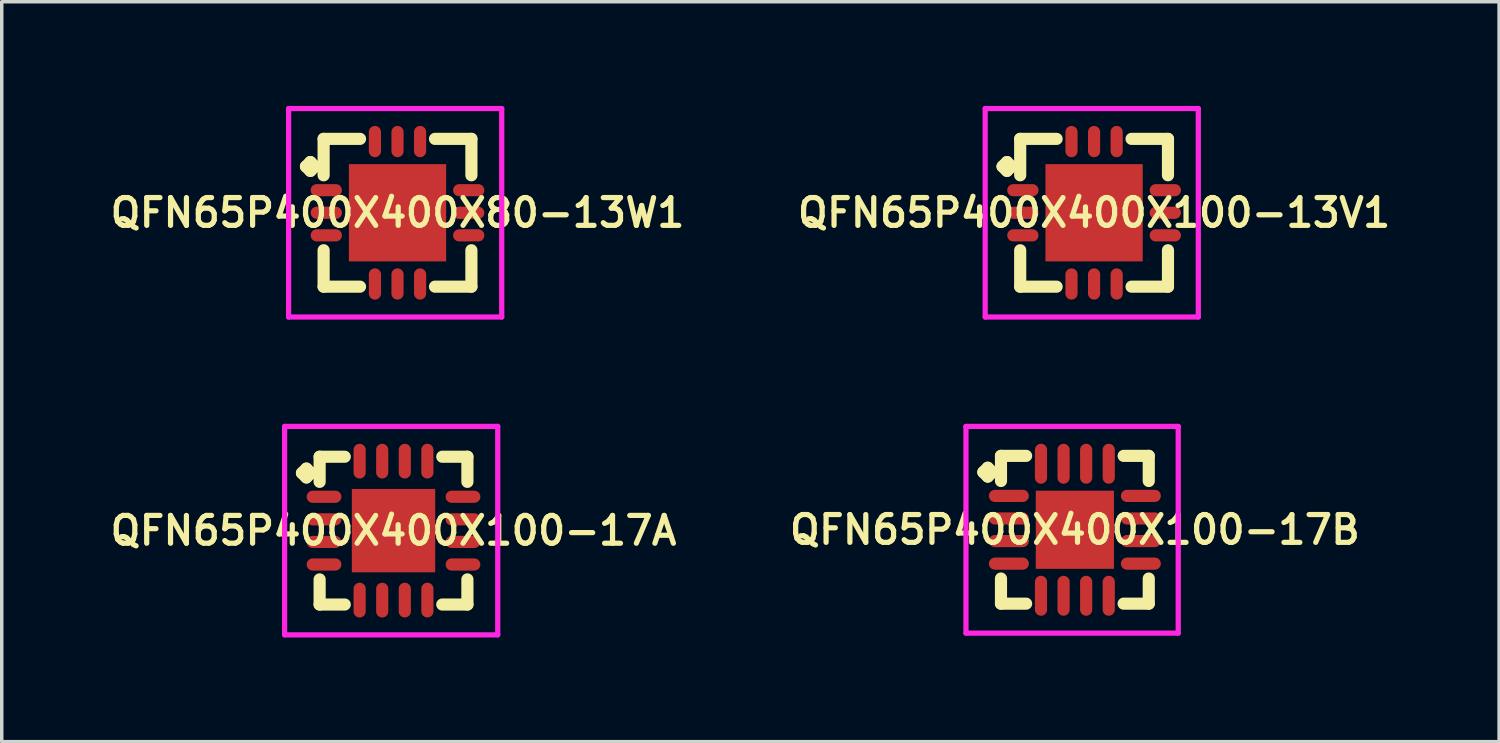
<source format=kicad_pcb>
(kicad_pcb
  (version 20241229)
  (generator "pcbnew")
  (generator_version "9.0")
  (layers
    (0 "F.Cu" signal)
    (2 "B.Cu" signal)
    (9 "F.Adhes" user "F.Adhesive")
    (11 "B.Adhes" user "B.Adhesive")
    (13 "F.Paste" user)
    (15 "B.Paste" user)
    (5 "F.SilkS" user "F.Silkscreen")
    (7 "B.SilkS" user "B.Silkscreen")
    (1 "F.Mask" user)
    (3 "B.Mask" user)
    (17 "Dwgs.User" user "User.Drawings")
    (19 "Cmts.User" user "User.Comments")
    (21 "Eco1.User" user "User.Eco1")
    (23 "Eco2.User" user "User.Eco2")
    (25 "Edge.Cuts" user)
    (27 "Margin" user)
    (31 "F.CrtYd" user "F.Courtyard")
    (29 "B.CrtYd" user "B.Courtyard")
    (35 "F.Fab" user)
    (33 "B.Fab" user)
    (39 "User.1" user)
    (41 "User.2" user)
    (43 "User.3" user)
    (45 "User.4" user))
  (footprint "QFN65P400X400X100-17B"
    (layer "F.Cu")
    (at 27.892 12.2)
    (property "Reference" "QFN65P400X400X100-17B" (at 0 0 0) (layer "F.SilkS") (effects (font (size 0.8 0.8) (thickness 0.15))))
    (attr smd)
    (fp_line (start -2.635 -1.658) (end -2.508 -1.785) (stroke (width 0.35) (type solid)) (layer "F.SilkS"))
    (fp_line (start -2.508 -1.785) (end -2.381 -1.658) (stroke (width 0.35) (type solid)) (layer "F.SilkS"))
    (fp_line (start -2.508 -1.531) (end -2.635 -1.658) (stroke (width 0.35) (type solid)) (layer "F.SilkS"))
    (fp_line (start -2.381 -1.658) (end -2.508 -1.531) (stroke (width 0.35) (type solid)) (layer "F.SilkS"))
    (fp_line (start -2.127 -2.127) (end -1.404 -2.127) (stroke (width 0.35) (type solid)) (layer "F.SilkS"))
    (fp_line (start -2.127 -1.404) (end -2.127 -2.127) (stroke (width 0.35) (type solid)) (layer "F.SilkS"))
    (fp_line (start -2.127 1.404) (end -2.127 2.127) (stroke (width 0.35) (type solid)) (layer "F.SilkS"))
    (fp_line (start -2.127 2.127) (end -1.404 2.127) (stroke (width 0.35) (type solid)) (layer "F.SilkS"))
    (fp_line (start 1.404 -2.127) (end 2.127 -2.127) (stroke (width 0.35) (type solid)) (layer "F.SilkS"))
    (fp_line (start 1.404 2.127) (end 2.127 2.127) (stroke (width 0.35) (type solid)) (layer "F.SilkS"))
    (fp_line (start 2.127 -2.127) (end 2.127 -1.404) (stroke (width 0.35) (type solid)) (layer "F.SilkS"))
    (fp_line (start 2.127 2.127) (end 2.127 1.404) (stroke (width 0.35) (type solid)) (layer "F.SilkS"))
    (fp_line (start -3.135 -2.975) (end 2.975 -2.975) (stroke (width 0.15) (type solid)) (layer "F.CrtYd"))
    (fp_line (start -3.135 2.975) (end -3.135 -2.975) (stroke (width 0.15) (type solid)) (layer "F.CrtYd"))
    (fp_line (start 2.975 -2.975) (end 2.975 2.975) (stroke (width 0.15) (type solid)) (layer "F.CrtYd"))
    (fp_line (start 2.975 2.975) (end -3.135 2.975) (stroke (width 0.15) (type solid)) (layer "F.CrtYd"))
    (pad "1" smd oval (at -1.9 -0.975) (size 1.15 0.35) (layers "F.Cu" "F.Mask" "F.Paste"))
    (pad "2" smd oval (at -1.9 -0.325) (size 1.15 0.35) (layers "F.Cu" "F.Mask" "F.Paste"))
    (pad "3" smd oval (at -1.9 0.325) (size 1.15 0.35) (layers "F.Cu" "F.Mask" "F.Paste"))
    (pad "4" smd oval (at -1.9 0.975) (size 1.15 0.35) (layers "F.Cu" "F.Mask" "F.Paste"))
    (pad "5" smd oval (at -0.975 1.9) (size 0.35 1.15) (layers "F.Cu" "F.Mask" "F.Paste"))
    (pad "6" smd oval (at -0.325 1.9) (size 0.35 1.15) (layers "F.Cu" "F.Mask" "F.Paste"))
    (pad "7" smd oval (at 0.325 1.9) (size 0.35 1.15) (layers "F.Cu" "F.Mask" "F.Paste"))
    (pad "8" smd oval (at 0.975 1.9) (size 0.35 1.15) (layers "F.Cu" "F.Mask" "F.Paste"))
    (pad "9" smd oval (at 1.9 0.975) (size 1.15 0.35) (layers "F.Cu" "F.Mask" "F.Paste"))
    (pad "10" smd oval (at 1.9 0.325) (size 1.15 0.35) (layers "F.Cu" "F.Mask" "F.Paste"))
    (pad "11" smd oval (at 1.9 -0.325) (size 1.15 0.35) (layers "F.Cu" "F.Mask" "F.Paste"))
    (pad "12" smd oval (at 1.9 -0.975) (size 1.15 0.35) (layers "F.Cu" "F.Mask" "F.Paste"))
    (pad "13" smd oval (at 0.975 -1.9) (size 0.35 1.15) (layers "F.Cu" "F.Mask" "F.Paste"))
    (pad "14" smd oval (at 0.325 -1.9) (size 0.35 1.15) (layers "F.Cu" "F.Mask" "F.Paste"))
    (pad "15" smd oval (at -0.325 -1.9) (size 0.35 1.15) (layers "F.Cu" "F.Mask" "F.Paste"))
    (pad "16" smd oval (at -0.975 -1.9) (size 0.35 1.15) (layers "F.Cu" "F.Mask" "F.Paste"))
    (pad "17" smd rect (at 0 0) (size 2.25 2.25) (layers "F.Cu" "F.Mask" "F.Paste")))
  (footprint "QFN65P400X400X100-13V1"
    (layer "F.Cu")
    (at 28.445 3.075)
    (property "Reference" "QFN65P400X400X100-13V1" (at 0 0 0) (layer "F.SilkS") (effects (font (size 0.8 0.8) (thickness 0.15))))
    (attr smd)
    (fp_line (start -2.635 -1.333) (end -2.508 -1.46) (stroke (width 0.35) (type solid)) (layer "F.SilkS"))
    (fp_line (start -2.508 -1.46) (end -2.381 -1.333) (stroke (width 0.35) (type solid)) (layer "F.SilkS"))
    (fp_line (start -2.508 -1.206) (end -2.635 -1.333) (stroke (width 0.35) (type solid)) (layer "F.SilkS"))
    (fp_line (start -2.381 -1.333) (end -2.508 -1.206) (stroke (width 0.35) (type solid)) (layer "F.SilkS"))
    (fp_line (start -2.127 -2.127) (end -1.079 -2.127) (stroke (width 0.35) (type solid)) (layer "F.SilkS"))
    (fp_line (start -2.127 -1.079) (end -2.127 -2.127) (stroke (width 0.35) (type solid)) (layer "F.SilkS"))
    (fp_line (start -2.127 1.079) (end -2.127 2.127) (stroke (width 0.35) (type solid)) (layer "F.SilkS"))
    (fp_line (start -2.127 2.127) (end -1.079 2.127) (stroke (width 0.35) (type solid)) (layer "F.SilkS"))
    (fp_line (start 1.079 -2.127) (end 2.127 -2.127) (stroke (width 0.35) (type solid)) (layer "F.SilkS"))
    (fp_line (start 1.079 2.127) (end 2.127 2.127) (stroke (width 0.35) (type solid)) (layer "F.SilkS"))
    (fp_line (start 2.127 -2.127) (end 2.127 -1.079) (stroke (width 0.35) (type solid)) (layer "F.SilkS"))
    (fp_line (start 2.127 2.127) (end 2.127 1.079) (stroke (width 0.35) (type solid)) (layer "F.SilkS"))
    (fp_line (start -3.135 -3) (end 3 -3) (stroke (width 0.15) (type solid)) (layer "F.CrtYd"))
    (fp_line (start -3.135 3) (end -3.135 -3) (stroke (width 0.15) (type solid)) (layer "F.CrtYd"))
    (fp_line (start 3 -3) (end 3 3) (stroke (width 0.15) (type solid)) (layer "F.CrtYd"))
    (fp_line (start 3 3) (end -3.135 3) (stroke (width 0.15) (type solid)) (layer "F.CrtYd"))
    (pad "1" smd oval (at -2.05 -0.65) (size 0.9 0.35) (layers "F.Cu" "F.Mask" "F.Paste"))
    (pad "2" smd oval (at -2.05 0) (size 0.9 0.35) (layers "F.Cu" "F.Mask" "F.Paste"))
    (pad "3" smd oval (at -2.05 0.65) (size 0.9 0.35) (layers "F.Cu" "F.Mask" "F.Paste"))
    (pad "4" smd oval (at -0.65 2.05) (size 0.35 0.9) (layers "F.Cu" "F.Mask" "F.Paste"))
    (pad "5" smd oval (at 0 2.05) (size 0.35 0.9) (layers "F.Cu" "F.Mask" "F.Paste"))
    (pad "6" smd oval (at 0.65 2.05) (size 0.35 0.9) (layers "F.Cu" "F.Mask" "F.Paste"))
    (pad "7" smd oval (at 2.05 0.65) (size 0.9 0.35) (layers "F.Cu" "F.Mask" "F.Paste"))
    (pad "8" smd oval (at 2.05 0) (size 0.9 0.35) (layers "F.Cu" "F.Mask" "F.Paste"))
    (pad "9" smd oval (at 2.05 -0.65) (size 0.9 0.35) (layers "F.Cu" "F.Mask" "F.Paste"))
    (pad "10" smd oval (at 0.65 -2.05) (size 0.35 0.9) (layers "F.Cu" "F.Mask" "F.Paste"))
    (pad "11" smd oval (at 0 -2.05) (size 0.35 0.9) (layers "F.Cu" "F.Mask" "F.Paste"))
    (pad "12" smd oval (at -0.65 -2.05) (size 0.35 0.9) (layers "F.Cu" "F.Mask" "F.Paste"))
    (pad "13" smd rect (at 0 0) (size 2.8 2.8) (layers "F.Cu" "F.Mask" "F.Paste")))
  (footprint "QFN65P400X400X80-13W1"
    (layer "F.Cu")
    (at 8.393 3.075)
    (property "Reference" "QFN65P400X400X80-13W1" (at 0 0 0) (layer "F.SilkS") (effects (font (size 0.8 0.8) (thickness 0.15))))
    (attr smd)
    (fp_line (start -2.635 -1.333) (end -2.508 -1.46) (stroke (width 0.35) (type solid)) (layer "F.SilkS"))
    (fp_line (start -2.508 -1.46) (end -2.381 -1.333) (stroke (width 0.35) (type solid)) (layer "F.SilkS"))
    (fp_line (start -2.508 -1.206) (end -2.635 -1.333) (stroke (width 0.35) (type solid)) (layer "F.SilkS"))
    (fp_line (start -2.381 -1.333) (end -2.508 -1.206) (stroke (width 0.35) (type solid)) (layer "F.SilkS"))
    (fp_line (start -2.127 -2.127) (end -1.079 -2.127) (stroke (width 0.35) (type solid)) (layer "F.SilkS"))
    (fp_line (start -2.127 -1.079) (end -2.127 -2.127) (stroke (width 0.35) (type solid)) (layer "F.SilkS"))
    (fp_line (start -2.127 1.079) (end -2.127 2.127) (stroke (width 0.35) (type solid)) (layer "F.SilkS"))
    (fp_line (start -2.127 2.127) (end -1.079 2.127) (stroke (width 0.35) (type solid)) (layer "F.SilkS"))
    (fp_line (start 1.079 -2.127) (end 2.127 -2.127) (stroke (width 0.35) (type solid)) (layer "F.SilkS"))
    (fp_line (start 1.079 2.127) (end 2.127 2.127) (stroke (width 0.35) (type solid)) (layer "F.SilkS"))
    (fp_line (start 2.127 -2.127) (end 2.127 -1.079) (stroke (width 0.35) (type solid)) (layer "F.SilkS"))
    (fp_line (start 2.127 2.127) (end 2.127 1.079) (stroke (width 0.35) (type solid)) (layer "F.SilkS"))
    (fp_line (start -3.135 -3) (end 3 -3) (stroke (width 0.15) (type solid)) (layer "F.CrtYd"))
    (fp_line (start -3.135 3) (end -3.135 -3) (stroke (width 0.15) (type solid)) (layer "F.CrtYd"))
    (fp_line (start 3 -3) (end 3 3) (stroke (width 0.15) (type solid)) (layer "F.CrtYd"))
    (fp_line (start 3 3) (end -3.135 3) (stroke (width 0.15) (type solid)) (layer "F.CrtYd"))
    (pad "1" smd oval (at -2.05 -0.65) (size 0.9 0.35) (layers "F.Cu" "F.Mask" "F.Paste"))
    (pad "2" smd oval (at -2.05 0) (size 0.9 0.35) (layers "F.Cu" "F.Mask" "F.Paste"))
    (pad "3" smd oval (at -2.05 0.65) (size 0.9 0.35) (layers "F.Cu" "F.Mask" "F.Paste"))
    (pad "4" smd oval (at -0.65 2.05) (size 0.35 0.9) (layers "F.Cu" "F.Mask" "F.Paste"))
    (pad "5" smd oval (at 0 2.05) (size 0.35 0.9) (layers "F.Cu" "F.Mask" "F.Paste"))
    (pad "6" smd oval (at 0.65 2.05) (size 0.35 0.9) (layers "F.Cu" "F.Mask" "F.Paste"))
    (pad "7" smd oval (at 2.05 0.65) (size 0.9 0.35) (layers "F.Cu" "F.Mask" "F.Paste"))
    (pad "8" smd oval (at 2.05 0) (size 0.9 0.35) (layers "F.Cu" "F.Mask" "F.Paste"))
    (pad "9" smd oval (at 2.05 -0.65) (size 0.9 0.35) (layers "F.Cu" "F.Mask" "F.Paste"))
    (pad "10" smd oval (at 0.65 -2.05) (size 0.35 0.9) (layers "F.Cu" "F.Mask" "F.Paste"))
    (pad "11" smd oval (at 0 -2.05) (size 0.35 0.9) (layers "F.Cu" "F.Mask" "F.Paste"))
    (pad "12" smd oval (at -0.65 -2.05) (size 0.35 0.9) (layers "F.Cu" "F.Mask" "F.Paste"))
    (pad "13" smd rect (at 0 0) (size 2.8 2.8) (layers "F.Cu" "F.Mask" "F.Paste")))
  (footprint "QFN65P400X400X100-17A"
    (layer "F.Cu")
    (at 8.278 12.225)
    (property "Reference" "QFN65P400X400X100-17A" (at 0 0 0) (layer "F.SilkS") (effects (font (size 0.8 0.8) (thickness 0.15))))
    (attr smd)
    (fp_line (start -2.635 -1.658) (end -2.508 -1.785) (stroke (width 0.35) (type solid)) (layer "F.SilkS"))
    (fp_line (start -2.508 -1.785) (end -2.381 -1.658) (stroke (width 0.35) (type solid)) (layer "F.SilkS"))
    (fp_line (start -2.508 -1.531) (end -2.635 -1.658) (stroke (width 0.35) (type solid)) (layer "F.SilkS"))
    (fp_line (start -2.381 -1.658) (end -2.508 -1.531) (stroke (width 0.35) (type solid)) (layer "F.SilkS"))
    (fp_line (start -2.127 -2.127) (end -1.404 -2.127) (stroke (width 0.35) (type solid)) (layer "F.SilkS"))
    (fp_line (start -2.127 -1.404) (end -2.127 -2.127) (stroke (width 0.35) (type solid)) (layer "F.SilkS"))
    (fp_line (start -2.127 1.404) (end -2.127 2.127) (stroke (width 0.35) (type solid)) (layer "F.SilkS"))
    (fp_line (start -2.127 2.127) (end -1.404 2.127) (stroke (width 0.35) (type solid)) (layer "F.SilkS"))
    (fp_line (start 1.404 -2.127) (end 2.127 -2.127) (stroke (width 0.35) (type solid)) (layer "F.SilkS"))
    (fp_line (start 1.404 2.127) (end 2.127 2.127) (stroke (width 0.35) (type solid)) (layer "F.SilkS"))
    (fp_line (start 2.127 -2.127) (end 2.127 -1.404) (stroke (width 0.35) (type solid)) (layer "F.SilkS"))
    (fp_line (start 2.127 2.127) (end 2.127 1.404) (stroke (width 0.35) (type solid)) (layer "F.SilkS"))
    (fp_line (start -3.135 -3) (end 3 -3) (stroke (width 0.15) (type solid)) (layer "F.CrtYd"))
    (fp_line (start -3.135 3) (end -3.135 -3) (stroke (width 0.15) (type solid)) (layer "F.CrtYd"))
    (fp_line (start 3 -3) (end 3 3) (stroke (width 0.15) (type solid)) (layer "F.CrtYd"))
    (fp_line (start 3 3) (end -3.135 3) (stroke (width 0.15) (type solid)) (layer "F.CrtYd"))
    (pad "1" smd oval (at -2 -0.975) (size 1 0.35) (layers "F.Cu" "F.Mask" "F.Paste"))
    (pad "2" smd oval (at -2 -0.325) (size 1 0.35) (layers "F.Cu" "F.Mask" "F.Paste"))
    (pad "3" smd oval (at -2 0.325) (size 1 0.35) (layers "F.Cu" "F.Mask" "F.Paste"))
    (pad "4" smd oval (at -2 0.975) (size 1 0.35) (layers "F.Cu" "F.Mask" "F.Paste"))
    (pad "5" smd oval (at -0.975 2) (size 0.35 1) (layers "F.Cu" "F.Mask" "F.Paste"))
    (pad "6" smd oval (at -0.325 2) (size 0.35 1) (layers "F.Cu" "F.Mask" "F.Paste"))
    (pad "7" smd oval (at 0.325 2) (size 0.35 1) (layers "F.Cu" "F.Mask" "F.Paste"))
    (pad "8" smd oval (at 0.975 2) (size 0.35 1) (layers "F.Cu" "F.Mask" "F.Paste"))
    (pad "9" smd oval (at 2 0.975) (size 1 0.35) (layers "F.Cu" "F.Mask" "F.Paste"))
    (pad "10" smd oval (at 2 0.325) (size 1 0.35) (layers "F.Cu" "F.Mask" "F.Paste"))
    (pad "11" smd oval (at 2 -0.325) (size 1 0.35) (layers "F.Cu" "F.Mask" "F.Paste"))
    (pad "12" smd oval (at 2 -0.975) (size 1 0.35) (layers "F.Cu" "F.Mask" "F.Paste"))
    (pad "13" smd oval (at 0.975 -2) (size 0.35 1) (layers "F.Cu" "F.Mask" "F.Paste"))
    (pad "14" smd oval (at 0.325 -2) (size 0.35 1) (layers "F.Cu" "F.Mask" "F.Paste"))
    (pad "15" smd oval (at -0.325 -2) (size 0.35 1) (layers "F.Cu" "F.Mask" "F.Paste"))
    (pad "16" smd oval (at -0.975 -2) (size 0.35 1) (layers "F.Cu" "F.Mask" "F.Paste"))
    (pad "17" smd rect (at 0 0) (size 2.4 2.4) (layers "F.Cu" "F.Mask" "F.Paste")))
  (gr_rect
    (start -3 -3)
    (end 40.104 18.3)
    (stroke (width 0.1) (type default))
    (fill no)
    (layer "Edge.Cuts")))
</source>
